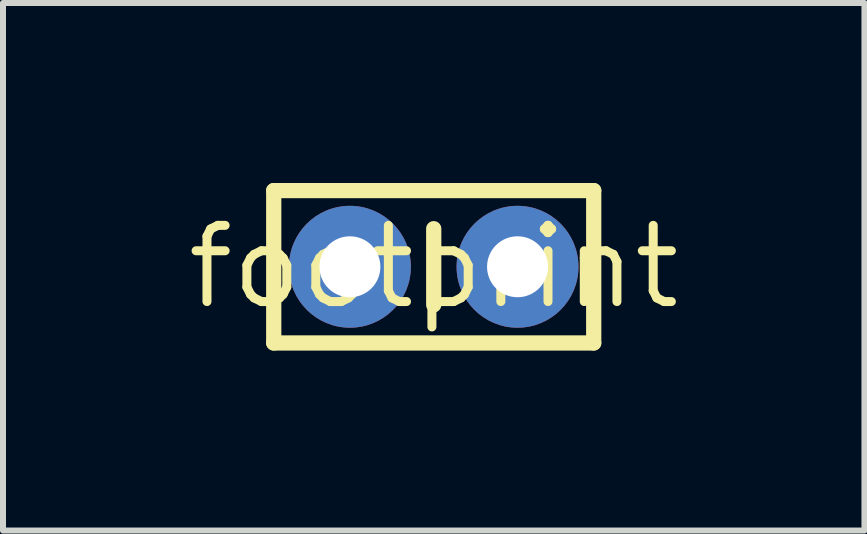
<source format=kicad_pcb>
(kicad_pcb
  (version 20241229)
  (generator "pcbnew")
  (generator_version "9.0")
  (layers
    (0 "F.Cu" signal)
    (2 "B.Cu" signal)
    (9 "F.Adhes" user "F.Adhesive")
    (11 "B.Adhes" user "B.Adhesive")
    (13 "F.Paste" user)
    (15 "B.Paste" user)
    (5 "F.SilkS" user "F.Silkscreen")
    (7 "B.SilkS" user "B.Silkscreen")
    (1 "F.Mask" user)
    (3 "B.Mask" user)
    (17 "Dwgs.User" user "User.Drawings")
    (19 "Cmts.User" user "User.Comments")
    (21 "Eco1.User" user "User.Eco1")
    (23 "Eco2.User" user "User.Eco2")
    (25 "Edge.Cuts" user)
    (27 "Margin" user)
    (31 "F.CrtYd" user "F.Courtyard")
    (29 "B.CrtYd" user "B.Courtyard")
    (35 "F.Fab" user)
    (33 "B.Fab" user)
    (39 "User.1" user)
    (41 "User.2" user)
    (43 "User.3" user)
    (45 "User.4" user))
  (footprint "footprint"
    (layer "F.Cu")
    (at 4.18 1.397)
    (property "Reference" "footprint" (at 0 0 0) (layer "F.SilkS") (effects (font (size 1.27 1.27) (thickness 0.15))))
    (fp_poly (pts (xy -1.245 -0.488) (xy -1.103 -0.413) (xy -0.988 -0.294) (xy -0.898 0.001) (xy -0.924 0.161) (xy -0.997 0.3) (xy -1.109 0.41) (xy -1.25 0.481) (xy -1.395 0.502) (xy -1.405 0.44) (xy -1.413 0.502) (xy -1.558 0.483) (xy -1.698 0.415) (xy -1.815 0.304) (xy -1.914 0.022) (xy -1.892 -0.144) (xy -1.822 -0.291) (xy -1.706 -0.413) (xy -1.426 -0.512) (xy -1.405 -0.452) (xy -1.394 -0.515)) (stroke (width 0) (type solid)) (fill yes) (layer "F.Mask"))
    (fp_poly (pts (xy 1.554 -0.488) (xy 1.696 -0.413) (xy 1.811 -0.294) (xy 1.897 -0.013) (xy 1.836 0.005) (xy 1.899 0.016) (xy 1.875 0.161) (xy 1.802 0.3) (xy 1.69 0.41) (xy 1.549 0.481) (xy 1.404 0.502) (xy 1.395 0.44) (xy 1.386 0.502) (xy 1.241 0.483) (xy 1.101 0.415) (xy 0.984 0.304) (xy 0.885 0.022) (xy 0.907 -0.144) (xy 0.977 -0.291) (xy 1.093 -0.413) (xy 1.373 -0.512) (xy 1.394 -0.452) (xy 1.405 -0.515)) (stroke (width 0) (type solid)) (fill yes) (layer "F.Mask"))
    (fp_poly (pts (xy 1.596 -0.999) (xy 1.788 -0.937) (xy 1.964 -0.84) (xy 2.118 -0.71) (xy 2.243 -0.552) (xy 2.336 -0.373) (xy 2.391 -0.179) (xy 2.408 0.015) (xy 2.345 0.02) (xy 2.408 0.027) (xy 2.387 0.216) (xy 2.328 0.403) (xy 2.234 0.575) (xy 2.107 0.726) (xy 1.954 0.849) (xy 1.78 0.939) (xy 1.592 0.994) (xy 1.403 1.011) (xy 1.397 0.948) (xy 1.392 1.011) (xy 1.201 0.995) (xy 1.012 0.94) (xy 0.837 0.849) (xy 0.682 0.726) (xy 0.555 0.575) (xy 0.459 0.4) (xy 0.378 0.022) (xy 0.396 -0.182) (xy 0.452 -0.376) (xy 0.545 -0.554) (xy 0.671 -0.712) (xy 0.825 -0.841) (xy 1.004 -0.94) (xy 1.391 -1.022)) (stroke (width 0) (type solid)) (fill yes) (layer "B.Mask"))
    (fp_poly (pts (xy -1.203 -0.999) (xy -1.011 -0.937) (xy -0.835 -0.84) (xy -0.681 -0.71) (xy -0.556 -0.552) (xy -0.463 -0.373) (xy -0.408 -0.179) (xy -0.391 0.015) (xy -0.455 0.02) (xy -0.391 0.027) (xy -0.412 0.216) (xy -0.471 0.403) (xy -0.566 0.575) (xy -0.692 0.726) (xy -0.845 0.849) (xy -1.019 0.939) (xy -1.207 0.994) (xy -1.397 1.011) (xy -1.402 0.948) (xy -1.407 1.011) (xy -1.598 0.995) (xy -1.787 0.94) (xy -1.962 0.849) (xy -2.117 0.726) (xy -2.244 0.575) (xy -2.341 0.4) (xy -2.419 0.031) (xy -2.357 0.018) (xy -2.42 0.012) (xy -2.403 -0.182) (xy -2.347 -0.376) (xy -2.254 -0.554) (xy -2.128 -0.712) (xy -1.974 -0.841) (xy -1.795 -0.94) (xy -1.408 -1.022)) (stroke (width 0) (type solid)) (fill yes) (layer "B.Mask"))
    (fp_line (start -2.667 -1.27) (end 2.667 -1.27) (stroke (width 0.254) (type solid)) (layer "F.SilkS"))
    (fp_line (start -2.667 1.27) (end -2.667 -1.27) (stroke (width 0.254) (type solid)) (layer "F.SilkS"))
    (fp_line (start 0 -0.635) (end 0 0.635) (stroke (width 0.254) (type solid)) (layer "F.SilkS"))
    (fp_line (start 2.667 -1.27) (end 2.667 1.27) (stroke (width 0.254) (type solid)) (layer "F.SilkS"))
    (fp_line (start 2.667 1.27) (end -2.667 1.27) (stroke (width 0.254) (type solid)) (layer "F.SilkS"))
    (pad "1" thru_hole circle (at -1.397 0) (size 2.032 2.032) (drill 1.016) (layers "*.Cu"))
    (pad "2" thru_hole circle (at 1.397 0) (size 2.032 2.032) (drill 1.016) (layers "*.Cu")))
  (gr_rect
    (start -3 -3)
    (end 11.36 5.794)
    (stroke (width 0.1) (type default))
    (fill no)
    (layer "Edge.Cuts")))
</source>
